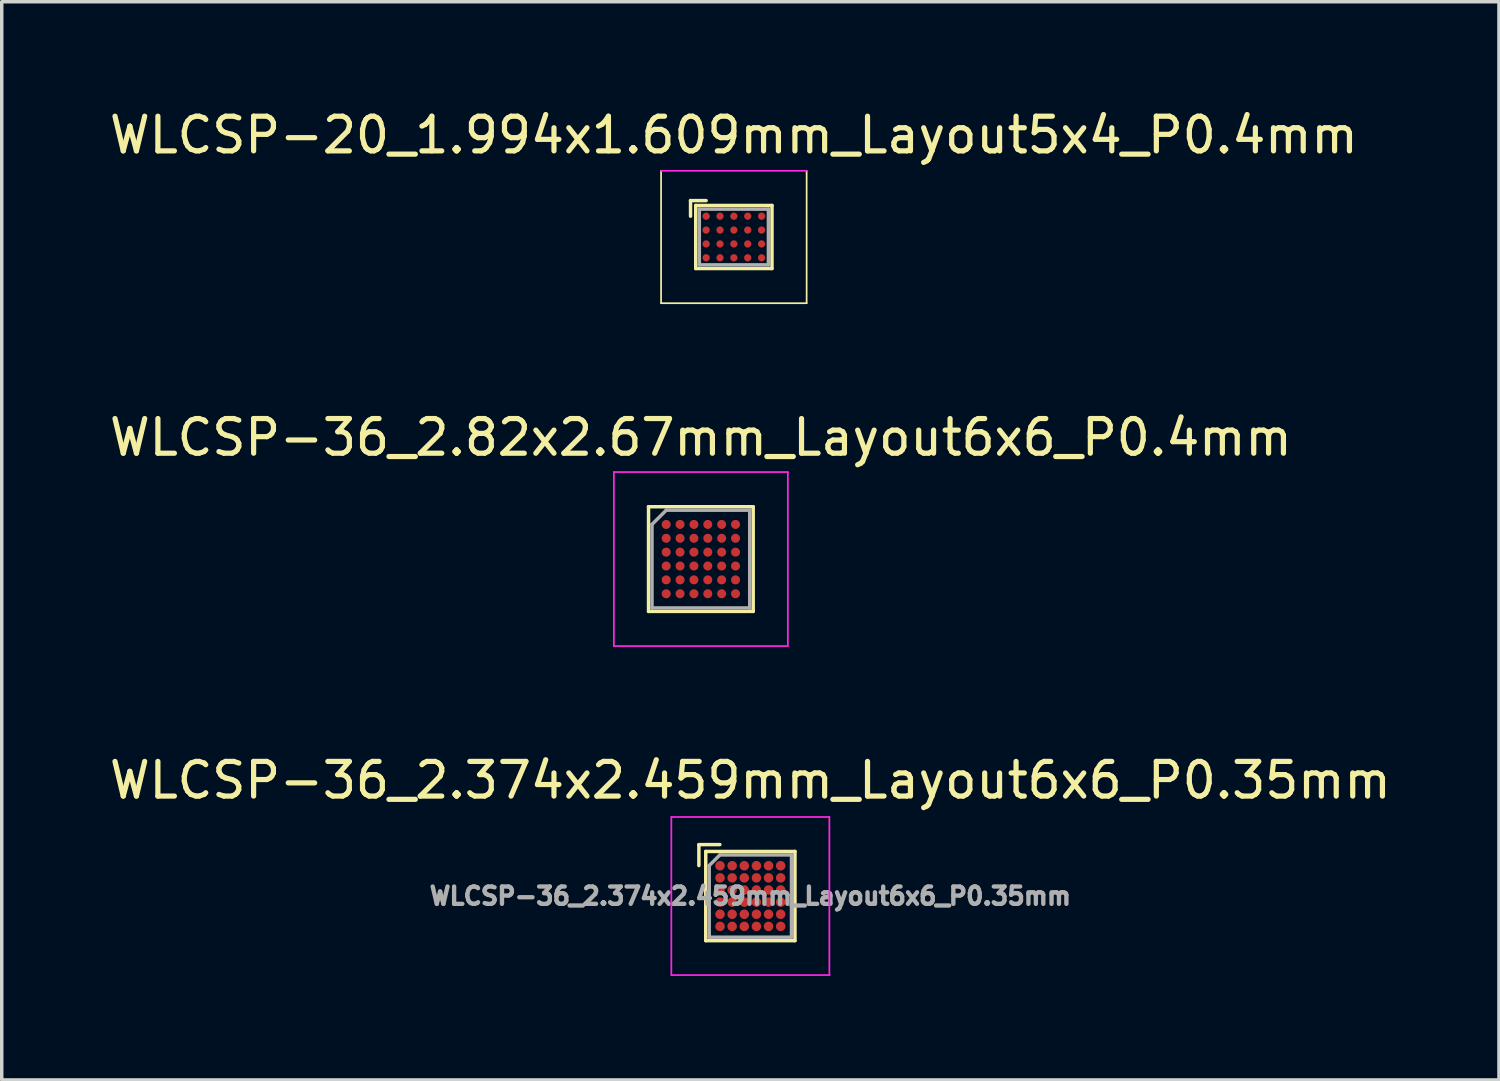
<source format=kicad_pcb>
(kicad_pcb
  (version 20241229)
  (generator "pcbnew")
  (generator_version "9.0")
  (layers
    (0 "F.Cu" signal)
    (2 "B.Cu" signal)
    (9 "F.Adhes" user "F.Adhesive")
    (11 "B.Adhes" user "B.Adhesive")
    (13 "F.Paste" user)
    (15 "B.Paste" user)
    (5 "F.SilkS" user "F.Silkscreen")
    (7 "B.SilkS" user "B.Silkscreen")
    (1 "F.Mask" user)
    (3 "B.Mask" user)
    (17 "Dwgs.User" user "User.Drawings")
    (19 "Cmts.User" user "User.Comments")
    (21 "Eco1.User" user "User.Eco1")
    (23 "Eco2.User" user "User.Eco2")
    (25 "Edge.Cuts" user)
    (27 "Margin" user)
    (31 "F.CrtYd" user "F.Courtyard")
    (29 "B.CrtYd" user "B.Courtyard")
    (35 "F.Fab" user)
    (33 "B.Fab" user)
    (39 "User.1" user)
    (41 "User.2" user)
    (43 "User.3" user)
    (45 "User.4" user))
  (footprint "WLCSP-20_1.994x1.609mm_Layout5x4_P0.4mm"
    (layer "F.Cu")
    (at 18.125 3.788)
    (property "Reference" "WLCSP-20_1.994x1.609mm_Layout5x4_P0.4mm" (at 0 -2.94 0) (layer "F.SilkS") (effects (font (size 1 1) (thickness 0.15))))
    (attr smd)
    (fp_line (start -2.1 -1.91) (end -2.1 1.91) (stroke (width 0.05) (type solid)) (layer "F.SilkS"))
    (fp_line (start -2.1 1.91) (end 2.1 1.91) (stroke (width 0.05) (type solid)) (layer "F.SilkS"))
    (fp_line (start -1.25 -1.05) (end -1.25 -0.6) (stroke (width 0.1) (type solid)) (layer "F.SilkS"))
    (fp_line (start -1.1 -0.91) (end -1.1 0.91) (stroke (width 0.1) (type solid)) (layer "F.SilkS"))
    (fp_line (start -1.1 -0.91) (end 1.1 -0.91) (stroke (width 0.1) (type solid)) (layer "F.SilkS"))
    (fp_line (start -1.1 0.91) (end 1.1 0.91) (stroke (width 0.1) (type solid)) (layer "F.SilkS"))
    (fp_line (start -0.8 -1.05) (end -1.25 -1.05) (stroke (width 0.1) (type solid)) (layer "F.SilkS"))
    (fp_line (start 1.1 -0.91) (end 1.1 0.91) (stroke (width 0.1) (type solid)) (layer "F.SilkS"))
    (fp_line (start 2.1 -1.91) (end 2.1 1.91) (stroke (width 0.05) (type solid)) (layer "F.SilkS"))
    (fp_line (start -2.1 -1.91) (end 2.1 -1.91) (stroke (width 0.05) (type solid)) (layer "F.CrtYd"))
    (fp_line (start -0.997 -0.804) (end 0.997 -0.804) (stroke (width 0.1) (type solid)) (layer "F.Fab"))
    (fp_line (start -0.997 0.804) (end -0.997 -0.804) (stroke (width 0.1) (type solid)) (layer "F.Fab"))
    (fp_line (start -0.997 0.804) (end 0.997 0.804) (stroke (width 0.1) (type solid)) (layer "F.Fab"))
    (fp_line (start 0.997 0.804) (end 0.997 -0.804) (stroke (width 0.1) (type solid)) (layer "F.Fab"))
    (pad "A1" smd circle (at -0.8 -0.6) (size 0.21 0.21) (layers "F.Cu" "F.Mask" "F.Paste"))
    (pad "A2" smd circle (at -0.4 -0.6) (size 0.21 0.21) (layers "F.Cu" "F.Mask" "F.Paste"))
    (pad "A3" smd circle (at 0 -0.6) (size 0.21 0.21) (layers "F.Cu" "F.Mask" "F.Paste"))
    (pad "A4" smd circle (at 0.4 -0.6) (size 0.21 0.21) (layers "F.Cu" "F.Mask" "F.Paste"))
    (pad "A5" smd circle (at 0.8 -0.6) (size 0.21 0.21) (layers "F.Cu" "F.Mask" "F.Paste"))
    (pad "B1" smd circle (at -0.8 -0.2) (size 0.21 0.21) (layers "F.Cu" "F.Mask" "F.Paste"))
    (pad "B2" smd circle (at -0.4 -0.2) (size 0.21 0.21) (layers "F.Cu" "F.Mask" "F.Paste"))
    (pad "B3" smd circle (at 0 -0.2) (size 0.21 0.21) (layers "F.Cu" "F.Mask" "F.Paste"))
    (pad "B4" smd circle (at 0.4 -0.2) (size 0.21 0.21) (layers "F.Cu" "F.Mask" "F.Paste"))
    (pad "B5" smd circle (at 0.8 -0.2) (size 0.21 0.21) (layers "F.Cu" "F.Mask" "F.Paste"))
    (pad "C1" smd circle (at -0.8 0.2) (size 0.21 0.21) (layers "F.Cu" "F.Mask" "F.Paste"))
    (pad "C2" smd circle (at -0.4 0.2) (size 0.21 0.21) (layers "F.Cu" "F.Mask" "F.Paste"))
    (pad "C3" smd circle (at 0 0.2) (size 0.21 0.21) (layers "F.Cu" "F.Mask" "F.Paste"))
    (pad "C4" smd circle (at 0.4 0.2) (size 0.21 0.21) (layers "F.Cu" "F.Mask" "F.Paste"))
    (pad "C5" smd circle (at 0.8 0.2) (size 0.21 0.21) (layers "F.Cu" "F.Mask" "F.Paste"))
    (pad "D1" smd circle (at -0.8 0.6) (size 0.21 0.21) (layers "F.Cu" "F.Mask" "F.Paste"))
    (pad "D2" smd circle (at -0.4 0.6) (size 0.21 0.21) (layers "F.Cu" "F.Mask" "F.Paste"))
    (pad "D3" smd circle (at 0 0.6) (size 0.21 0.21) (layers "F.Cu" "F.Mask" "F.Paste"))
    (pad "D4" smd circle (at 0.4 0.6) (size 0.21 0.21) (layers "F.Cu" "F.Mask" "F.Paste"))
    (pad "D5" smd circle (at 0.8 0.6) (size 0.21 0.21) (layers "F.Cu" "F.Mask" "F.Paste")))
  (footprint "WLCSP-36_2.82x2.67mm_Layout6x6_P0.4mm"
    (layer "F.Cu")
    (at 17.173 13.082)
    (property "Reference" "WLCSP-36_2.82x2.67mm_Layout6x6_P0.4mm" (at 0 -3.51 0) (layer "F.SilkS") (effects (font (size 1 1) (thickness 0.15))))
    (attr smd)
    (fp_line (start -1.51 -1.51) (end 1.51 -1.51) (stroke (width 0.1) (type solid)) (layer "F.SilkS"))
    (fp_line (start -1.51 1.51) (end -1.51 -1.51) (stroke (width 0.1) (type solid)) (layer "F.SilkS"))
    (fp_line (start -1.51 1.51) (end 1.51 1.51) (stroke (width 0.1) (type solid)) (layer "F.SilkS"))
    (fp_line (start 1.51 1.51) (end 1.51 -1.51) (stroke (width 0.1) (type solid)) (layer "F.SilkS"))
    (fp_line (start -2.51 -2.51) (end 2.51 -2.51) (stroke (width 0.05) (type solid)) (layer "F.CrtYd"))
    (fp_line (start -2.51 2.51) (end -2.51 -2.51) (stroke (width 0.05) (type solid)) (layer "F.CrtYd"))
    (fp_line (start -2.51 2.51) (end 2.51 2.51) (stroke (width 0.05) (type solid)) (layer "F.CrtYd"))
    (fp_line (start 2.51 2.51) (end 2.51 -2.51) (stroke (width 0.05) (type solid)) (layer "F.CrtYd"))
    (fp_line (start -1.41 -1) (end -1 -1.41) (stroke (width 0.1) (type solid)) (layer "F.Fab"))
    (fp_line (start -1.41 1.41) (end -1.41 -1) (stroke (width 0.1) (type solid)) (layer "F.Fab"))
    (fp_line (start -1.41 1.41) (end 1.41 1.41) (stroke (width 0.1) (type solid)) (layer "F.Fab"))
    (fp_line (start -1 -1.41) (end 1.41 -1.41) (stroke (width 0.1) (type solid)) (layer "F.Fab"))
    (fp_line (start 1.41 1.41) (end 1.41 -1.41) (stroke (width 0.1) (type solid)) (layer "F.Fab"))
    (pad "A1" smd circle (at -1 -1) (size 0.26 0.26) (layers "F.Cu" "F.Mask" "F.Paste"))
    (pad "A2" smd circle (at -0.6 -1) (size 0.26 0.26) (layers "F.Cu" "F.Mask" "F.Paste"))
    (pad "A3" smd circle (at -0.2 -1) (size 0.26 0.26) (layers "F.Cu" "F.Mask" "F.Paste"))
    (pad "A4" smd circle (at 0.2 -1) (size 0.26 0.26) (layers "F.Cu" "F.Mask" "F.Paste"))
    (pad "A5" smd circle (at 0.6 -1) (size 0.26 0.26) (layers "F.Cu" "F.Mask" "F.Paste"))
    (pad "A6" smd circle (at 1 -1) (size 0.26 0.26) (layers "F.Cu" "F.Mask" "F.Paste"))
    (pad "B1" smd circle (at -1 -0.6) (size 0.26 0.26) (layers "F.Cu" "F.Mask" "F.Paste"))
    (pad "B2" smd circle (at -0.6 -0.6) (size 0.26 0.26) (layers "F.Cu" "F.Mask" "F.Paste"))
    (pad "B3" smd circle (at -0.2 -0.6) (size 0.26 0.26) (layers "F.Cu" "F.Mask" "F.Paste"))
    (pad "B4" smd circle (at 0.2 -0.6) (size 0.26 0.26) (layers "F.Cu" "F.Mask" "F.Paste"))
    (pad "B5" smd circle (at 0.6 -0.6) (size 0.26 0.26) (layers "F.Cu" "F.Mask" "F.Paste"))
    (pad "B6" smd circle (at 1 -0.6) (size 0.26 0.26) (layers "F.Cu" "F.Mask" "F.Paste"))
    (pad "C1" smd circle (at -1 -0.2) (size 0.26 0.26) (layers "F.Cu" "F.Mask" "F.Paste"))
    (pad "C2" smd circle (at -0.6 -0.2) (size 0.26 0.26) (layers "F.Cu" "F.Mask" "F.Paste"))
    (pad "C3" smd circle (at -0.2 -0.2) (size 0.26 0.26) (layers "F.Cu" "F.Mask" "F.Paste"))
    (pad "C4" smd circle (at 0.2 -0.2) (size 0.26 0.26) (layers "F.Cu" "F.Mask" "F.Paste"))
    (pad "C5" smd circle (at 0.6 -0.2) (size 0.26 0.26) (layers "F.Cu" "F.Mask" "F.Paste"))
    (pad "C6" smd circle (at 1 -0.2) (size 0.26 0.26) (layers "F.Cu" "F.Mask" "F.Paste"))
    (pad "D1" smd circle (at -1 0.2) (size 0.26 0.26) (layers "F.Cu" "F.Mask" "F.Paste"))
    (pad "D2" smd circle (at -0.6 0.2) (size 0.26 0.26) (layers "F.Cu" "F.Mask" "F.Paste"))
    (pad "D3" smd circle (at -0.2 0.2) (size 0.26 0.26) (layers "F.Cu" "F.Mask" "F.Paste"))
    (pad "D4" smd circle (at 0.2 0.2) (size 0.26 0.26) (layers "F.Cu" "F.Mask" "F.Paste"))
    (pad "D5" smd circle (at 0.6 0.2) (size 0.26 0.26) (layers "F.Cu" "F.Mask" "F.Paste"))
    (pad "D6" smd circle (at 1 0.2) (size 0.26 0.26) (layers "F.Cu" "F.Mask" "F.Paste"))
    (pad "E1" smd circle (at -1 0.6) (size 0.26 0.26) (layers "F.Cu" "F.Mask" "F.Paste"))
    (pad "E2" smd circle (at -0.6 0.6) (size 0.26 0.26) (layers "F.Cu" "F.Mask" "F.Paste"))
    (pad "E3" smd circle (at -0.2 0.6) (size 0.26 0.26) (layers "F.Cu" "F.Mask" "F.Paste"))
    (pad "E4" smd circle (at 0.2 0.6) (size 0.26 0.26) (layers "F.Cu" "F.Mask" "F.Paste"))
    (pad "E5" smd circle (at 0.6 0.6) (size 0.26 0.26) (layers "F.Cu" "F.Mask" "F.Paste"))
    (pad "E6" smd circle (at 1 0.6) (size 0.26 0.26) (layers "F.Cu" "F.Mask" "F.Paste"))
    (pad "F1" smd circle (at -1 1) (size 0.26 0.26) (layers "F.Cu" "F.Mask" "F.Paste"))
    (pad "F2" smd circle (at -0.6 1) (size 0.26 0.26) (layers "F.Cu" "F.Mask" "F.Paste"))
    (pad "F3" smd circle (at -0.2 1) (size 0.26 0.26) (layers "F.Cu" "F.Mask" "F.Paste"))
    (pad "F4" smd circle (at 0.2 1) (size 0.26 0.26) (layers "F.Cu" "F.Mask" "F.Paste"))
    (pad "F5" smd circle (at 0.6 1) (size 0.26 0.26) (layers "F.Cu" "F.Mask" "F.Paste"))
    (pad "F6" smd circle (at 1 1) (size 0.26 0.26) (layers "F.Cu" "F.Mask" "F.Paste")))
  (footprint "WLCSP-36_2.374x2.459mm_Layout6x6_P0.35mm"
    (layer "F.Cu")
    (at 18.601 22.805)
    (property "Reference" "WLCSP-36_2.374x2.459mm_Layout6x6_P0.35mm" (at 0 -3.34 0) (layer "F.SilkS") (effects (font (size 1 1) (thickness 0.15))))
    (attr smd)
    (fp_line (start -1.485 -1.48) (end -1.485 -0.88) (stroke (width 0.1) (type solid)) (layer "F.SilkS"))
    (fp_line (start -1.287 -1.287) (end 1.287 -1.287) (stroke (width 0.1) (type solid)) (layer "F.SilkS"))
    (fp_line (start -1.287 1.287) (end -1.287 -1.287) (stroke (width 0.1) (type solid)) (layer "F.SilkS"))
    (fp_line (start -1.287 1.287) (end 1.287 1.287) (stroke (width 0.1) (type solid)) (layer "F.SilkS"))
    (fp_line (start -0.88 -1.485) (end -1.485 -1.485) (stroke (width 0.1) (type solid)) (layer "F.SilkS"))
    (fp_line (start 1.287 1.287) (end 1.287 -1.287) (stroke (width 0.1) (type solid)) (layer "F.SilkS"))
    (fp_line (start -2.28 -2.28) (end 2.28 -2.28) (stroke (width 0.05) (type solid)) (layer "F.CrtYd"))
    (fp_line (start -2.28 2.28) (end -2.28 -2.28) (stroke (width 0.05) (type solid)) (layer "F.CrtYd"))
    (fp_line (start -2.28 2.28) (end 2.287 2.28) (stroke (width 0.05) (type solid)) (layer "F.CrtYd"))
    (fp_line (start 2.28 2.28) (end 2.28 -2.28) (stroke (width 0.05) (type solid)) (layer "F.CrtYd"))
    (fp_line (start -1.187 -0.88) (end -0.88 -1.187) (stroke (width 0.1) (type solid)) (layer "F.Fab"))
    (fp_line (start -1.187 1.187) (end -1.187 -0.88) (stroke (width 0.1) (type solid)) (layer "F.Fab"))
    (fp_line (start -1.187 1.187) (end 1.187 1.187) (stroke (width 0.1) (type solid)) (layer "F.Fab"))
    (fp_line (start -0.88 -1.187) (end 1.187 -1.187) (stroke (width 0.1) (type solid)) (layer "F.Fab"))
    (fp_line (start 1.187 1.187) (end 1.187 -1.187) (stroke (width 0.1) (type solid)) (layer "F.Fab"))
    (fp_text user "${REFERENCE}" (at 0 0 0) (layer "F.Fab") (effects (font (size 0.5 0.5) (thickness 0.125))))
    (pad "A1" smd circle (at -0.875 -0.875) (size 0.274 0.274) (layers "F.Cu" "F.Mask" "F.Paste"))
    (pad "A2" smd circle (at -0.525 -0.875) (size 0.274 0.274) (layers "F.Cu" "F.Mask" "F.Paste"))
    (pad "A3" smd circle (at -0.175 -0.875) (size 0.274 0.274) (layers "F.Cu" "F.Mask" "F.Paste"))
    (pad "A4" smd circle (at 0.175 -0.875) (size 0.274 0.274) (layers "F.Cu" "F.Mask" "F.Paste"))
    (pad "A5" smd circle (at 0.525 -0.875) (size 0.274 0.274) (layers "F.Cu" "F.Mask" "F.Paste"))
    (pad "A6" smd circle (at 0.875 -0.875) (size 0.274 0.274) (layers "F.Cu" "F.Mask" "F.Paste"))
    (pad "B1" smd circle (at -0.875 -0.525) (size 0.274 0.274) (layers "F.Cu" "F.Mask" "F.Paste"))
    (pad "B2" smd circle (at -0.525 -0.525) (size 0.274 0.274) (layers "F.Cu" "F.Mask" "F.Paste"))
    (pad "B3" smd circle (at -0.175 -0.525) (size 0.274 0.274) (layers "F.Cu" "F.Mask" "F.Paste"))
    (pad "B4" smd circle (at 0.175 -0.525) (size 0.274 0.274) (layers "F.Cu" "F.Mask" "F.Paste"))
    (pad "B5" smd circle (at 0.525 -0.525) (size 0.274 0.274) (layers "F.Cu" "F.Mask" "F.Paste"))
    (pad "B6" smd circle (at 0.875 -0.525) (size 0.274 0.274) (layers "F.Cu" "F.Mask" "F.Paste"))
    (pad "C1" smd circle (at -0.875 -0.175) (size 0.274 0.274) (layers "F.Cu" "F.Mask" "F.Paste"))
    (pad "C2" smd circle (at -0.525 -0.175) (size 0.274 0.274) (layers "F.Cu" "F.Mask" "F.Paste"))
    (pad "C3" smd circle (at -0.175 -0.175) (size 0.274 0.274) (layers "F.Cu" "F.Mask" "F.Paste"))
    (pad "C4" smd circle (at 0.175 -0.175) (size 0.274 0.274) (layers "F.Cu" "F.Mask" "F.Paste"))
    (pad "C5" smd circle (at 0.525 -0.175) (size 0.274 0.274) (layers "F.Cu" "F.Mask" "F.Paste"))
    (pad "C6" smd circle (at 0.875 -0.175) (size 0.274 0.274) (layers "F.Cu" "F.Mask" "F.Paste"))
    (pad "D1" smd circle (at -0.875 0.175) (size 0.274 0.274) (layers "F.Cu" "F.Mask" "F.Paste"))
    (pad "D2" smd circle (at -0.525 0.175) (size 0.274 0.274) (layers "F.Cu" "F.Mask" "F.Paste"))
    (pad "D3" smd circle (at -0.175 0.175) (size 0.274 0.274) (layers "F.Cu" "F.Mask" "F.Paste"))
    (pad "D4" smd circle (at 0.175 0.175) (size 0.274 0.274) (layers "F.Cu" "F.Mask" "F.Paste"))
    (pad "D5" smd circle (at 0.525 0.175) (size 0.274 0.274) (layers "F.Cu" "F.Mask" "F.Paste"))
    (pad "D6" smd circle (at 0.875 0.175) (size 0.274 0.274) (layers "F.Cu" "F.Mask" "F.Paste"))
    (pad "E1" smd circle (at -0.875 0.525) (size 0.274 0.274) (layers "F.Cu" "F.Mask" "F.Paste"))
    (pad "E2" smd circle (at -0.525 0.525) (size 0.274 0.274) (layers "F.Cu" "F.Mask" "F.Paste"))
    (pad "E3" smd circle (at -0.175 0.525) (size 0.274 0.274) (layers "F.Cu" "F.Mask" "F.Paste"))
    (pad "E4" smd circle (at 0.175 0.525) (size 0.274 0.274) (layers "F.Cu" "F.Mask" "F.Paste"))
    (pad "E5" smd circle (at 0.525 0.525) (size 0.274 0.274) (layers "F.Cu" "F.Mask" "F.Paste"))
    (pad "E6" smd circle (at 0.875 0.525) (size 0.274 0.274) (layers "F.Cu" "F.Mask" "F.Paste"))
    (pad "F1" smd circle (at -0.875 0.875) (size 0.274 0.274) (layers "F.Cu" "F.Mask" "F.Paste"))
    (pad "F2" smd circle (at -0.525 0.875) (size 0.274 0.274) (layers "F.Cu" "F.Mask" "F.Paste"))
    (pad "F3" smd circle (at -0.175 0.875) (size 0.274 0.274) (layers "F.Cu" "F.Mask" "F.Paste"))
    (pad "F4" smd circle (at 0.175 0.875) (size 0.274 0.274) (layers "F.Cu" "F.Mask" "F.Paste"))
    (pad "F5" smd circle (at 0.525 0.875) (size 0.274 0.274) (layers "F.Cu" "F.Mask" "F.Paste"))
    (pad "F6" smd circle (at 0.875 0.875) (size 0.274 0.274) (layers "F.Cu" "F.Mask" "F.Paste")))
  (gr_rect
    (start -3 -3)
    (end 40.202 28.11)
    (stroke (width 0.1) (type default))
    (fill no)
    (layer "Edge.Cuts")))
</source>
